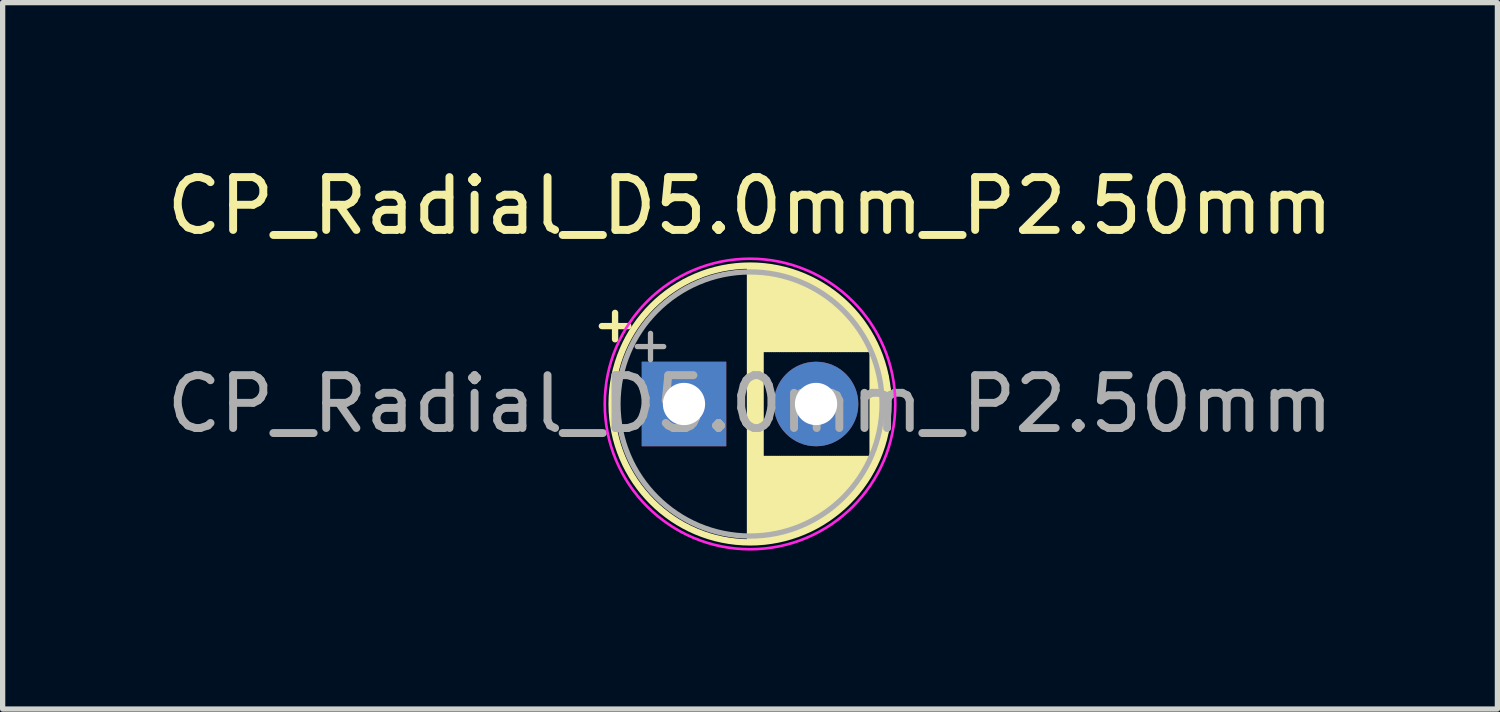
<source format=kicad_pcb>
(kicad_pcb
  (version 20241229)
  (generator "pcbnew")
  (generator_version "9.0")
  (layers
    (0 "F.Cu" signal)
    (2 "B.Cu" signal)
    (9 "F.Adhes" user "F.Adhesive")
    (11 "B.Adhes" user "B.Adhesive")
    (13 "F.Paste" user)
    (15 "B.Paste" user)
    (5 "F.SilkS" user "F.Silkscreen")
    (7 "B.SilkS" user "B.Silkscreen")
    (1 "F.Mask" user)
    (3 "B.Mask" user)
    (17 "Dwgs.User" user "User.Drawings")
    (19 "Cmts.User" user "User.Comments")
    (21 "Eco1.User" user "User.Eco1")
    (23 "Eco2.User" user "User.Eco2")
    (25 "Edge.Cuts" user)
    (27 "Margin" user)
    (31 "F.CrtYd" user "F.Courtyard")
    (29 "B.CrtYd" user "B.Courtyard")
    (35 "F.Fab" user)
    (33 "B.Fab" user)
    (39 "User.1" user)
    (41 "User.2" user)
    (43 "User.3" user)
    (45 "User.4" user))
  (footprint "CP_Radial_D5.0mm_P2.50mm"
    (layer "F.Cu")
    (at 9.899 4.598)
    (property "Reference" "CP_Radial_D5.0mm_P2.50mm" (at 1.25 -3.75 0) (layer "F.SilkS") (effects (font (size 1 1) (thickness 0.15))))
    (attr through_hole)
    (fp_line (start -1.555 -1.475) (end -1.055 -1.475) (stroke (width 0.12) (type solid)) (layer "F.SilkS"))
    (fp_line (start -1.305 -1.725) (end -1.305 -1.225) (stroke (width 0.12) (type solid)) (layer "F.SilkS"))
    (fp_line (start 1.25 -2.58) (end 1.25 2.58) (stroke (width 0.12) (type solid)) (layer "F.SilkS"))
    (fp_line (start 1.29 -2.58) (end 1.29 2.58) (stroke (width 0.12) (type solid)) (layer "F.SilkS"))
    (fp_line (start 1.33 -2.579) (end 1.33 2.579) (stroke (width 0.12) (type solid)) (layer "F.SilkS"))
    (fp_line (start 1.37 -2.578) (end 1.37 2.578) (stroke (width 0.12) (type solid)) (layer "F.SilkS"))
    (fp_line (start 1.41 -2.576) (end 1.41 2.576) (stroke (width 0.12) (type solid)) (layer "F.SilkS"))
    (fp_line (start 1.45 -2.573) (end 1.45 2.573) (stroke (width 0.12) (type solid)) (layer "F.SilkS"))
    (fp_line (start 1.49 -2.569) (end 1.49 -1.04) (stroke (width 0.12) (type solid)) (layer "F.SilkS"))
    (fp_line (start 1.49 1.04) (end 1.49 2.569) (stroke (width 0.12) (type solid)) (layer "F.SilkS"))
    (fp_line (start 1.53 -2.565) (end 1.53 -1.04) (stroke (width 0.12) (type solid)) (layer "F.SilkS"))
    (fp_line (start 1.53 1.04) (end 1.53 2.565) (stroke (width 0.12) (type solid)) (layer "F.SilkS"))
    (fp_line (start 1.57 -2.561) (end 1.57 -1.04) (stroke (width 0.12) (type solid)) (layer "F.SilkS"))
    (fp_line (start 1.57 1.04) (end 1.57 2.561) (stroke (width 0.12) (type solid)) (layer "F.SilkS"))
    (fp_line (start 1.61 -2.556) (end 1.61 -1.04) (stroke (width 0.12) (type solid)) (layer "F.SilkS"))
    (fp_line (start 1.61 1.04) (end 1.61 2.556) (stroke (width 0.12) (type solid)) (layer "F.SilkS"))
    (fp_line (start 1.65 -2.55) (end 1.65 -1.04) (stroke (width 0.12) (type solid)) (layer "F.SilkS"))
    (fp_line (start 1.65 1.04) (end 1.65 2.55) (stroke (width 0.12) (type solid)) (layer "F.SilkS"))
    (fp_line (start 1.69 -2.543) (end 1.69 -1.04) (stroke (width 0.12) (type solid)) (layer "F.SilkS"))
    (fp_line (start 1.69 1.04) (end 1.69 2.543) (stroke (width 0.12) (type solid)) (layer "F.SilkS"))
    (fp_line (start 1.73 -2.536) (end 1.73 -1.04) (stroke (width 0.12) (type solid)) (layer "F.SilkS"))
    (fp_line (start 1.73 1.04) (end 1.73 2.536) (stroke (width 0.12) (type solid)) (layer "F.SilkS"))
    (fp_line (start 1.77 -2.528) (end 1.77 -1.04) (stroke (width 0.12) (type solid)) (layer "F.SilkS"))
    (fp_line (start 1.77 1.04) (end 1.77 2.528) (stroke (width 0.12) (type solid)) (layer "F.SilkS"))
    (fp_line (start 1.81 -2.52) (end 1.81 -1.04) (stroke (width 0.12) (type solid)) (layer "F.SilkS"))
    (fp_line (start 1.81 1.04) (end 1.81 2.52) (stroke (width 0.12) (type solid)) (layer "F.SilkS"))
    (fp_line (start 1.85 -2.511) (end 1.85 -1.04) (stroke (width 0.12) (type solid)) (layer "F.SilkS"))
    (fp_line (start 1.85 1.04) (end 1.85 2.511) (stroke (width 0.12) (type solid)) (layer "F.SilkS"))
    (fp_line (start 1.89 -2.501) (end 1.89 -1.04) (stroke (width 0.12) (type solid)) (layer "F.SilkS"))
    (fp_line (start 1.89 1.04) (end 1.89 2.501) (stroke (width 0.12) (type solid)) (layer "F.SilkS"))
    (fp_line (start 1.93 -2.491) (end 1.93 -1.04) (stroke (width 0.12) (type solid)) (layer "F.SilkS"))
    (fp_line (start 1.93 1.04) (end 1.93 2.491) (stroke (width 0.12) (type solid)) (layer "F.SilkS"))
    (fp_line (start 1.971 -2.48) (end 1.971 -1.04) (stroke (width 0.12) (type solid)) (layer "F.SilkS"))
    (fp_line (start 1.971 1.04) (end 1.971 2.48) (stroke (width 0.12) (type solid)) (layer "F.SilkS"))
    (fp_line (start 2.011 -2.468) (end 2.011 -1.04) (stroke (width 0.12) (type solid)) (layer "F.SilkS"))
    (fp_line (start 2.011 1.04) (end 2.011 2.468) (stroke (width 0.12) (type solid)) (layer "F.SilkS"))
    (fp_line (start 2.051 -2.455) (end 2.051 -1.04) (stroke (width 0.12) (type solid)) (layer "F.SilkS"))
    (fp_line (start 2.051 1.04) (end 2.051 2.455) (stroke (width 0.12) (type solid)) (layer "F.SilkS"))
    (fp_line (start 2.091 -2.442) (end 2.091 -1.04) (stroke (width 0.12) (type solid)) (layer "F.SilkS"))
    (fp_line (start 2.091 1.04) (end 2.091 2.442) (stroke (width 0.12) (type solid)) (layer "F.SilkS"))
    (fp_line (start 2.131 -2.428) (end 2.131 -1.04) (stroke (width 0.12) (type solid)) (layer "F.SilkS"))
    (fp_line (start 2.131 1.04) (end 2.131 2.428) (stroke (width 0.12) (type solid)) (layer "F.SilkS"))
    (fp_line (start 2.171 -2.414) (end 2.171 -1.04) (stroke (width 0.12) (type solid)) (layer "F.SilkS"))
    (fp_line (start 2.171 1.04) (end 2.171 2.414) (stroke (width 0.12) (type solid)) (layer "F.SilkS"))
    (fp_line (start 2.211 -2.398) (end 2.211 -1.04) (stroke (width 0.12) (type solid)) (layer "F.SilkS"))
    (fp_line (start 2.211 1.04) (end 2.211 2.398) (stroke (width 0.12) (type solid)) (layer "F.SilkS"))
    (fp_line (start 2.251 -2.382) (end 2.251 -1.04) (stroke (width 0.12) (type solid)) (layer "F.SilkS"))
    (fp_line (start 2.251 1.04) (end 2.251 2.382) (stroke (width 0.12) (type solid)) (layer "F.SilkS"))
    (fp_line (start 2.291 -2.365) (end 2.291 -1.04) (stroke (width 0.12) (type solid)) (layer "F.SilkS"))
    (fp_line (start 2.291 1.04) (end 2.291 2.365) (stroke (width 0.12) (type solid)) (layer "F.SilkS"))
    (fp_line (start 2.331 -2.348) (end 2.331 -1.04) (stroke (width 0.12) (type solid)) (layer "F.SilkS"))
    (fp_line (start 2.331 1.04) (end 2.331 2.348) (stroke (width 0.12) (type solid)) (layer "F.SilkS"))
    (fp_line (start 2.371 -2.329) (end 2.371 -1.04) (stroke (width 0.12) (type solid)) (layer "F.SilkS"))
    (fp_line (start 2.371 1.04) (end 2.371 2.329) (stroke (width 0.12) (type solid)) (layer "F.SilkS"))
    (fp_line (start 2.411 -2.31) (end 2.411 -1.04) (stroke (width 0.12) (type solid)) (layer "F.SilkS"))
    (fp_line (start 2.411 1.04) (end 2.411 2.31) (stroke (width 0.12) (type solid)) (layer "F.SilkS"))
    (fp_line (start 2.451 -2.29) (end 2.451 -1.04) (stroke (width 0.12) (type solid)) (layer "F.SilkS"))
    (fp_line (start 2.451 1.04) (end 2.451 2.29) (stroke (width 0.12) (type solid)) (layer "F.SilkS"))
    (fp_line (start 2.491 -2.268) (end 2.491 -1.04) (stroke (width 0.12) (type solid)) (layer "F.SilkS"))
    (fp_line (start 2.491 1.04) (end 2.491 2.268) (stroke (width 0.12) (type solid)) (layer "F.SilkS"))
    (fp_line (start 2.531 -2.247) (end 2.531 -1.04) (stroke (width 0.12) (type solid)) (layer "F.SilkS"))
    (fp_line (start 2.531 1.04) (end 2.531 2.247) (stroke (width 0.12) (type solid)) (layer "F.SilkS"))
    (fp_line (start 2.571 -2.224) (end 2.571 -1.04) (stroke (width 0.12) (type solid)) (layer "F.SilkS"))
    (fp_line (start 2.571 1.04) (end 2.571 2.224) (stroke (width 0.12) (type solid)) (layer "F.SilkS"))
    (fp_line (start 2.611 -2.2) (end 2.611 -1.04) (stroke (width 0.12) (type solid)) (layer "F.SilkS"))
    (fp_line (start 2.611 1.04) (end 2.611 2.2) (stroke (width 0.12) (type solid)) (layer "F.SilkS"))
    (fp_line (start 2.651 -2.175) (end 2.651 -1.04) (stroke (width 0.12) (type solid)) (layer "F.SilkS"))
    (fp_line (start 2.651 1.04) (end 2.651 2.175) (stroke (width 0.12) (type solid)) (layer "F.SilkS"))
    (fp_line (start 2.691 -2.149) (end 2.691 -1.04) (stroke (width 0.12) (type solid)) (layer "F.SilkS"))
    (fp_line (start 2.691 1.04) (end 2.691 2.149) (stroke (width 0.12) (type solid)) (layer "F.SilkS"))
    (fp_line (start 2.731 -2.122) (end 2.731 -1.04) (stroke (width 0.12) (type solid)) (layer "F.SilkS"))
    (fp_line (start 2.731 1.04) (end 2.731 2.122) (stroke (width 0.12) (type solid)) (layer "F.SilkS"))
    (fp_line (start 2.771 -2.095) (end 2.771 -1.04) (stroke (width 0.12) (type solid)) (layer "F.SilkS"))
    (fp_line (start 2.771 1.04) (end 2.771 2.095) (stroke (width 0.12) (type solid)) (layer "F.SilkS"))
    (fp_line (start 2.811 -2.065) (end 2.811 -1.04) (stroke (width 0.12) (type solid)) (layer "F.SilkS"))
    (fp_line (start 2.811 1.04) (end 2.811 2.065) (stroke (width 0.12) (type solid)) (layer "F.SilkS"))
    (fp_line (start 2.851 -2.035) (end 2.851 -1.04) (stroke (width 0.12) (type solid)) (layer "F.SilkS"))
    (fp_line (start 2.851 1.04) (end 2.851 2.035) (stroke (width 0.12) (type solid)) (layer "F.SilkS"))
    (fp_line (start 2.891 -2.004) (end 2.891 -1.04) (stroke (width 0.12) (type solid)) (layer "F.SilkS"))
    (fp_line (start 2.891 1.04) (end 2.891 2.004) (stroke (width 0.12) (type solid)) (layer "F.SilkS"))
    (fp_line (start 2.931 -1.971) (end 2.931 -1.04) (stroke (width 0.12) (type solid)) (layer "F.SilkS"))
    (fp_line (start 2.931 1.04) (end 2.931 1.971) (stroke (width 0.12) (type solid)) (layer "F.SilkS"))
    (fp_line (start 2.971 -1.937) (end 2.971 -1.04) (stroke (width 0.12) (type solid)) (layer "F.SilkS"))
    (fp_line (start 2.971 1.04) (end 2.971 1.937) (stroke (width 0.12) (type solid)) (layer "F.SilkS"))
    (fp_line (start 3.011 -1.901) (end 3.011 -1.04) (stroke (width 0.12) (type solid)) (layer "F.SilkS"))
    (fp_line (start 3.011 1.04) (end 3.011 1.901) (stroke (width 0.12) (type solid)) (layer "F.SilkS"))
    (fp_line (start 3.051 -1.864) (end 3.051 -1.04) (stroke (width 0.12) (type solid)) (layer "F.SilkS"))
    (fp_line (start 3.051 1.04) (end 3.051 1.864) (stroke (width 0.12) (type solid)) (layer "F.SilkS"))
    (fp_line (start 3.091 -1.826) (end 3.091 -1.04) (stroke (width 0.12) (type solid)) (layer "F.SilkS"))
    (fp_line (start 3.091 1.04) (end 3.091 1.826) (stroke (width 0.12) (type solid)) (layer "F.SilkS"))
    (fp_line (start 3.131 -1.785) (end 3.131 -1.04) (stroke (width 0.12) (type solid)) (layer "F.SilkS"))
    (fp_line (start 3.131 1.04) (end 3.131 1.785) (stroke (width 0.12) (type solid)) (layer "F.SilkS"))
    (fp_line (start 3.171 -1.743) (end 3.171 -1.04) (stroke (width 0.12) (type solid)) (layer "F.SilkS"))
    (fp_line (start 3.171 1.04) (end 3.171 1.743) (stroke (width 0.12) (type solid)) (layer "F.SilkS"))
    (fp_line (start 3.211 -1.699) (end 3.211 -1.04) (stroke (width 0.12) (type solid)) (layer "F.SilkS"))
    (fp_line (start 3.211 1.04) (end 3.211 1.699) (stroke (width 0.12) (type solid)) (layer "F.SilkS"))
    (fp_line (start 3.251 -1.653) (end 3.251 -1.04) (stroke (width 0.12) (type solid)) (layer "F.SilkS"))
    (fp_line (start 3.251 1.04) (end 3.251 1.653) (stroke (width 0.12) (type solid)) (layer "F.SilkS"))
    (fp_line (start 3.291 -1.605) (end 3.291 -1.04) (stroke (width 0.12) (type solid)) (layer "F.SilkS"))
    (fp_line (start 3.291 1.04) (end 3.291 1.605) (stroke (width 0.12) (type solid)) (layer "F.SilkS"))
    (fp_line (start 3.331 -1.554) (end 3.331 -1.04) (stroke (width 0.12) (type solid)) (layer "F.SilkS"))
    (fp_line (start 3.331 1.04) (end 3.331 1.554) (stroke (width 0.12) (type solid)) (layer "F.SilkS"))
    (fp_line (start 3.371 -1.5) (end 3.371 -1.04) (stroke (width 0.12) (type solid)) (layer "F.SilkS"))
    (fp_line (start 3.371 1.04) (end 3.371 1.5) (stroke (width 0.12) (type solid)) (layer "F.SilkS"))
    (fp_line (start 3.411 -1.443) (end 3.411 -1.04) (stroke (width 0.12) (type solid)) (layer "F.SilkS"))
    (fp_line (start 3.411 1.04) (end 3.411 1.443) (stroke (width 0.12) (type solid)) (layer "F.SilkS"))
    (fp_line (start 3.451 -1.383) (end 3.451 -1.04) (stroke (width 0.12) (type solid)) (layer "F.SilkS"))
    (fp_line (start 3.451 1.04) (end 3.451 1.383) (stroke (width 0.12) (type solid)) (layer "F.SilkS"))
    (fp_line (start 3.491 -1.319) (end 3.491 -1.04) (stroke (width 0.12) (type solid)) (layer "F.SilkS"))
    (fp_line (start 3.491 1.04) (end 3.491 1.319) (stroke (width 0.12) (type solid)) (layer "F.SilkS"))
    (fp_line (start 3.531 -1.251) (end 3.531 -1.04) (stroke (width 0.12) (type solid)) (layer "F.SilkS"))
    (fp_line (start 3.531 1.04) (end 3.531 1.251) (stroke (width 0.12) (type solid)) (layer "F.SilkS"))
    (fp_line (start 3.571 -1.178) (end 3.571 1.178) (stroke (width 0.12) (type solid)) (layer "F.SilkS"))
    (fp_line (start 3.611 -1.098) (end 3.611 1.098) (stroke (width 0.12) (type solid)) (layer "F.SilkS"))
    (fp_line (start 3.651 -1.011) (end 3.651 1.011) (stroke (width 0.12) (type solid)) (layer "F.SilkS"))
    (fp_line (start 3.691 -0.915) (end 3.691 0.915) (stroke (width 0.12) (type solid)) (layer "F.SilkS"))
    (fp_line (start 3.731 -0.805) (end 3.731 0.805) (stroke (width 0.12) (type solid)) (layer "F.SilkS"))
    (fp_line (start 3.771 -0.677) (end 3.771 0.677) (stroke (width 0.12) (type solid)) (layer "F.SilkS"))
    (fp_line (start 3.811 -0.518) (end 3.811 0.518) (stroke (width 0.12) (type solid)) (layer "F.SilkS"))
    (fp_line (start 3.851 -0.284) (end 3.851 0.284) (stroke (width 0.12) (type solid)) (layer "F.SilkS"))
    (fp_circle (center 1.25 0) (end 3.87 0) (stroke (width 0.12) (type solid)) (fill no) (layer "F.SilkS"))
    (fp_circle (center 1.25 0) (end 4 0) (stroke (width 0.05) (type solid)) (fill no) (layer "F.CrtYd"))
    (fp_line (start -0.884 -1.087) (end -0.384 -1.087) (stroke (width 0.1) (type solid)) (layer "F.Fab"))
    (fp_line (start -0.634 -1.337) (end -0.634 -0.838) (stroke (width 0.1) (type solid)) (layer "F.Fab"))
    (fp_circle (center 1.25 0) (end 3.75 0) (stroke (width 0.1) (type solid)) (fill no) (layer "F.Fab"))
    (fp_text user "${REFERENCE}" (at 1.25 0 0) (layer "F.Fab") (effects (font (size 1 1) (thickness 0.15))))
    (pad "1" thru_hole rect (at 0 0) (size 1.6 1.6) (drill 0.8) (layers "*.Cu" "*.Mask"))
    (pad "2" thru_hole circle (at 2.5 0) (size 1.6 1.6) (drill 0.8) (layers "*.Cu" "*.Mask")))
  (gr_rect
    (start -3 -3)
    (end 25.298 10.373)
    (stroke (width 0.1) (type default))
    (fill no)
    (layer "Edge.Cuts")))
</source>
